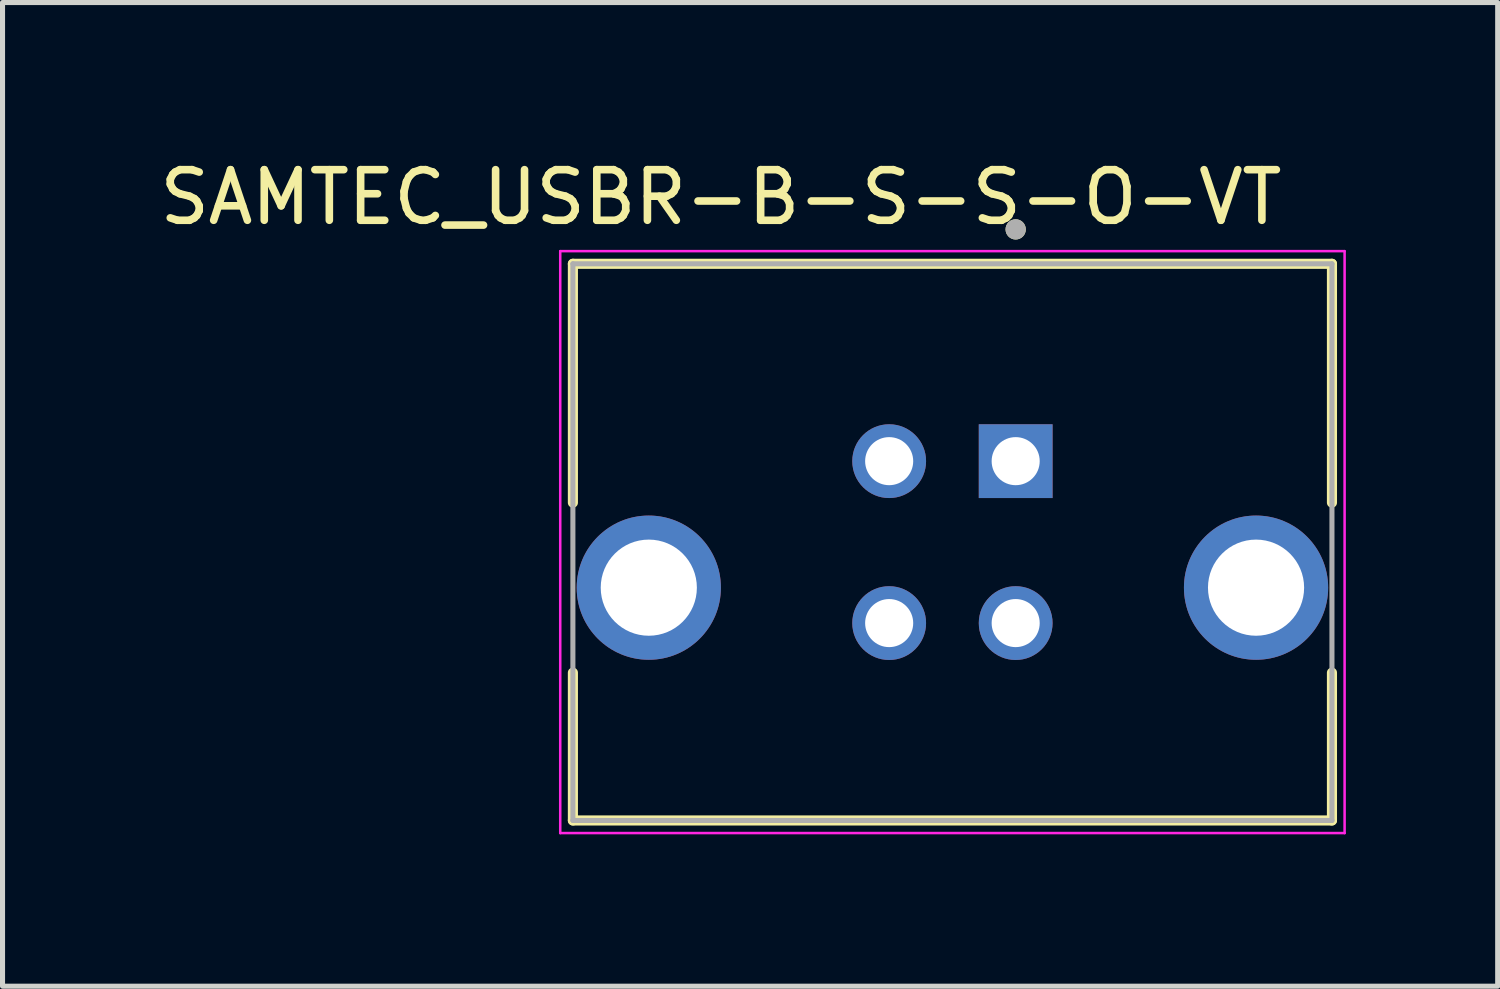
<source format=kicad_pcb>
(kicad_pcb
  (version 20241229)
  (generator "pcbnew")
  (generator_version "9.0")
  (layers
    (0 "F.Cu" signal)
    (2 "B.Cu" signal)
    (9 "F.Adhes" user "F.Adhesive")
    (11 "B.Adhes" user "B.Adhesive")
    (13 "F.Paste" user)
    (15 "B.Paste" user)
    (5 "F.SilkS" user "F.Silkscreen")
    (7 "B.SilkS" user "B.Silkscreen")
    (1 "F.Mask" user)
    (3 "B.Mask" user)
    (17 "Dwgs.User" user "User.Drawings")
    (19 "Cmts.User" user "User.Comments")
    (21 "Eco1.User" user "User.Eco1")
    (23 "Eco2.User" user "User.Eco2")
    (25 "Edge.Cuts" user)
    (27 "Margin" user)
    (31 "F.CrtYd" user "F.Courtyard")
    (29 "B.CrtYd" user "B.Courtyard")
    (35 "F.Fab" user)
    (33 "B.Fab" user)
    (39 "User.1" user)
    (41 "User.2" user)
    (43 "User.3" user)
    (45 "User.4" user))
  (footprint "SAMTEC_USBR-B-S-S-O-VT"
    (layer "F.Cu")
    (at 15.771 7.663)
    (property "Reference" "SAMTEC_USBR-B-S-S-O-VT" (at -4.575 -6.815 0) (layer "F.SilkS") (effects (font (size 1 1) (thickness 0.15))))
    (attr through_hole)
    (fp_line (start -7.5 -5.5) (end 7.5 -5.5) (stroke (width 0.2) (type solid)) (layer "F.SilkS"))
    (fp_line (start -7.5 -0.78) (end -7.5 -5.5) (stroke (width 0.2) (type solid)) (layer "F.SilkS"))
    (fp_line (start -7.5 5.5) (end -7.5 2.58) (stroke (width 0.2) (type solid)) (layer "F.SilkS"))
    (fp_line (start 7.5 -5.5) (end 7.5 -0.78) (stroke (width 0.2) (type solid)) (layer "F.SilkS"))
    (fp_line (start 7.5 2.58) (end 7.5 5.5) (stroke (width 0.2) (type solid)) (layer "F.SilkS"))
    (fp_line (start 7.5 5.5) (end -7.5 5.5) (stroke (width 0.2) (type solid)) (layer "F.SilkS"))
    (fp_circle (center 1.25 -6.18) (end 1.35 -6.18) (stroke (width 0.2) (type solid)) (fill no) (layer "F.SilkS"))
    (fp_line (start -7.75 -5.75) (end 7.75 -5.75) (stroke (width 0.05) (type solid)) (layer "F.CrtYd"))
    (fp_line (start -7.75 5.75) (end -7.75 -5.75) (stroke (width 0.05) (type solid)) (layer "F.CrtYd"))
    (fp_line (start 7.75 -5.75) (end 7.75 5.75) (stroke (width 0.05) (type solid)) (layer "F.CrtYd"))
    (fp_line (start 7.75 5.75) (end -7.75 5.75) (stroke (width 0.05) (type solid)) (layer "F.CrtYd"))
    (fp_line (start -7.5 -5.5) (end 7.5 -5.5) (stroke (width 0.1) (type solid)) (layer "F.Fab"))
    (fp_line (start -7.5 5.5) (end -7.5 -5.5) (stroke (width 0.1) (type solid)) (layer "F.Fab"))
    (fp_line (start 7.5 -5.5) (end 7.5 5.5) (stroke (width 0.1) (type solid)) (layer "F.Fab"))
    (fp_line (start 7.5 5.5) (end -7.5 5.5) (stroke (width 0.1) (type solid)) (layer "F.Fab"))
    (fp_circle (center 1.25 -6.18) (end 1.35 -6.18) (stroke (width 0.2) (type solid)) (fill no) (layer "F.Fab"))
    (pad "01" thru_hole rect (at 1.25 -1.6) (size 1.458 1.458) (drill 0.95) (layers "*.Cu" "*.Mask"))
    (pad "02" thru_hole circle (at -1.25 -1.6) (size 1.458 1.458) (drill 0.95) (layers "*.Cu" "*.Mask"))
    (pad "03" thru_hole circle (at -1.25 1.6) (size 1.458 1.458) (drill 0.95) (layers "*.Cu" "*.Mask"))
    (pad "04" thru_hole circle (at 1.25 1.6) (size 1.458 1.458) (drill 0.95) (layers "*.Cu" "*.Mask"))
    (pad "S1" thru_hole circle (at 6 0.9) (size 2.85 2.85) (drill 1.9) (layers "*.Cu" "*.Mask"))
    (pad "S2" thru_hole circle (at -6 0.9) (size 2.85 2.85) (drill 1.9) (layers "*.Cu" "*.Mask")))
  (gr_rect
    (start -3 -3)
    (end 26.546 16.438)
    (stroke (width 0.1) (type default))
    (fill no)
    (layer "Edge.Cuts")))
</source>
